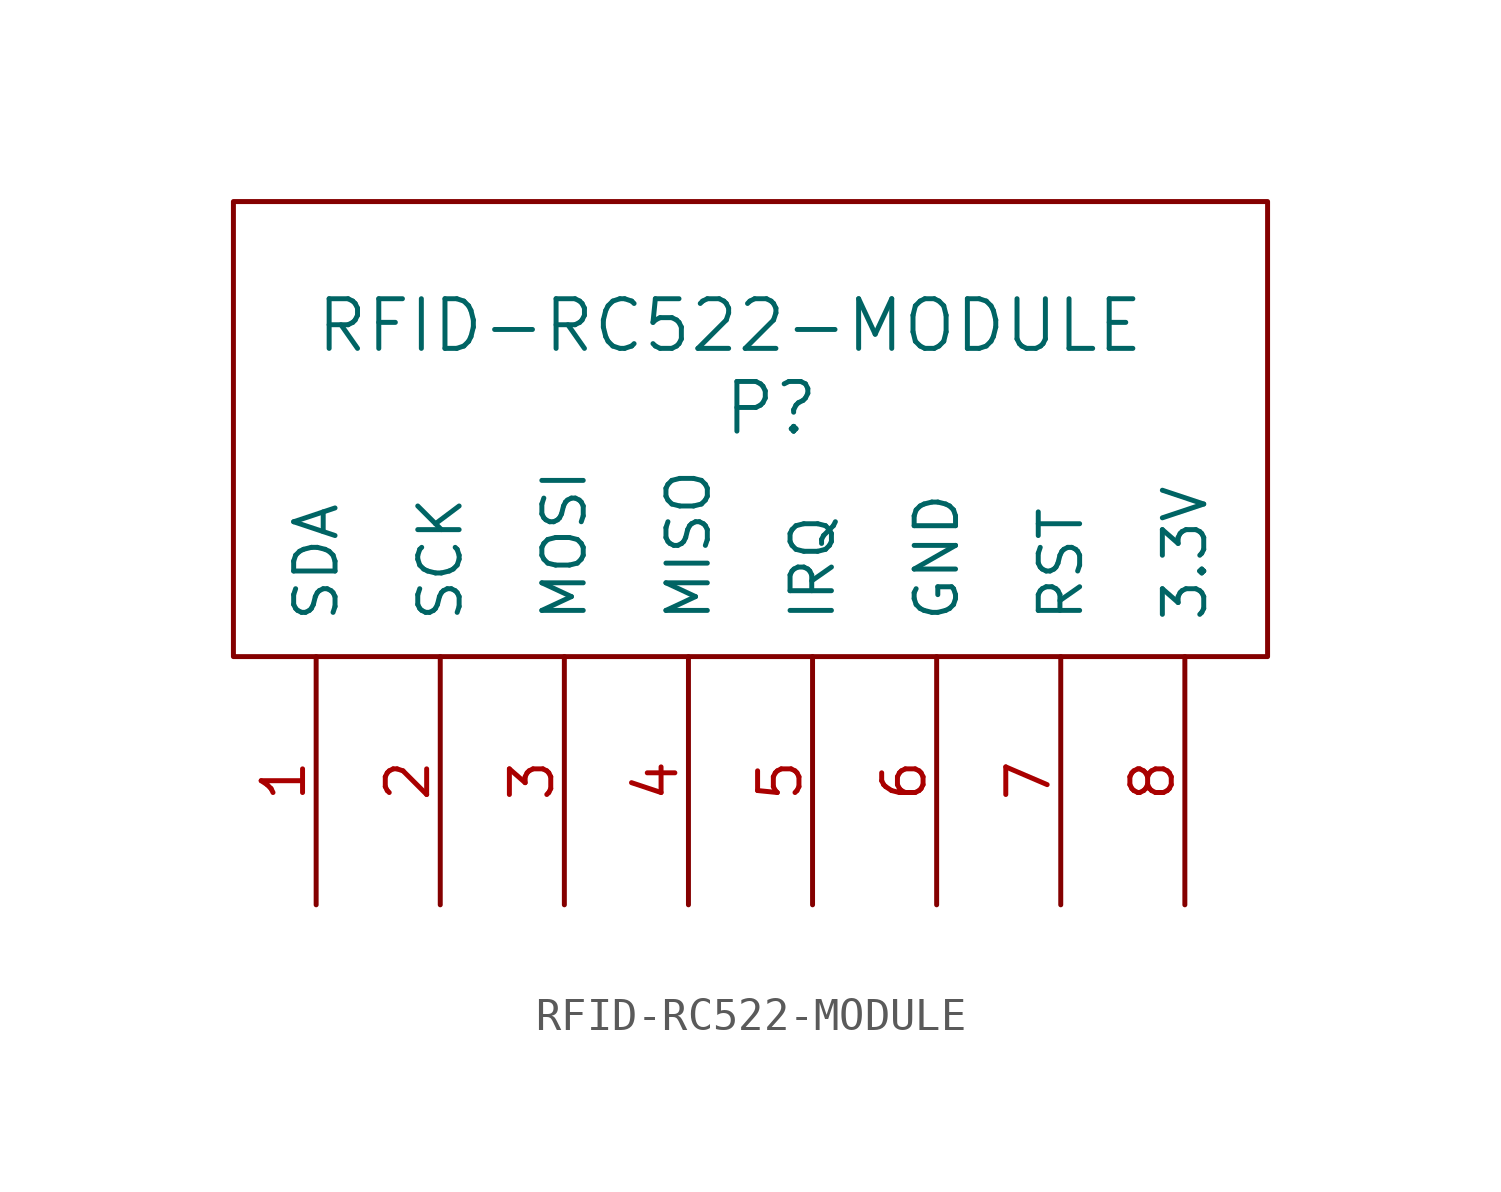
<source format=kicad_sym>
(kicad_symbol_lib
  (version 20220914)
  (generator kicad_symbol_editor)
  (symbol "RFID-RC522-MODULE"
    (pin_names
      (offset 1.016))
    (property "Reference" "P"
      (at 0 1.27 0)
      (effects (font (size 1.524 1.524))))
    (property "Value" "RFID-RC522-MODULE"
      (at -1.27 3.81 0)
      (effects (font (size 1.524 1.524))))
    (property "Footprint" ""
      (at 0 0 0)
      (effects (font (size 1.524 1.524))))
    (property "Datasheet" ""
      (at 0 0 0)
      (effects (font (size 1.524 1.524))))
    (symbol "RFID-RC522-MODULE_0_1"
      (rectangle (start -16.51 7.62) (end 15.24 -6.35) (stroke (width 0) (type solid)) (fill (type none))))
    (symbol "RFID-RC522-MODULE_1_1"
      (pin input line (at -13.97 -13.97 90) (length 7.62) (name "SDA" (effects (font (size 1.27 1.27)))) (number "1" (effects (font (size 1.27 1.27)))))
      (pin input line (at -10.16 -13.97 90) (length 7.62) (name "SCK" (effects (font (size 1.27 1.27)))) (number "2" (effects (font (size 1.27 1.27)))))
      (pin input line (at -6.35 -13.97 90) (length 7.62) (name "MOSI" (effects (font (size 1.27 1.27)))) (number "3" (effects (font (size 1.27 1.27)))))
      (pin input line (at -2.54 -13.97 90) (length 7.62) (name "MISO" (effects (font (size 1.27 1.27)))) (number "4" (effects (font (size 1.27 1.27)))))
      (pin input line (at 1.27 -13.97 90) (length 7.62) (name "IRQ" (effects (font (size 1.27 1.27)))) (number "5" (effects (font (size 1.27 1.27)))))
      (pin input line (at 5.08 -13.97 90) (length 7.62) (name "GND" (effects (font (size 1.27 1.27)))) (number "6" (effects (font (size 1.27 1.27)))))
      (pin input line (at 8.89 -13.97 90) (length 7.62) (name "RST" (effects (font (size 1.27 1.27)))) (number "7" (effects (font (size 1.27 1.27)))))
      (pin input line (at 12.7 -13.97 90) (length 7.62) (name "3.3V" (effects (font (size 1.27 1.27)))) (number "8" (effects (font (size 1.27 1.27))))))))
</source>
